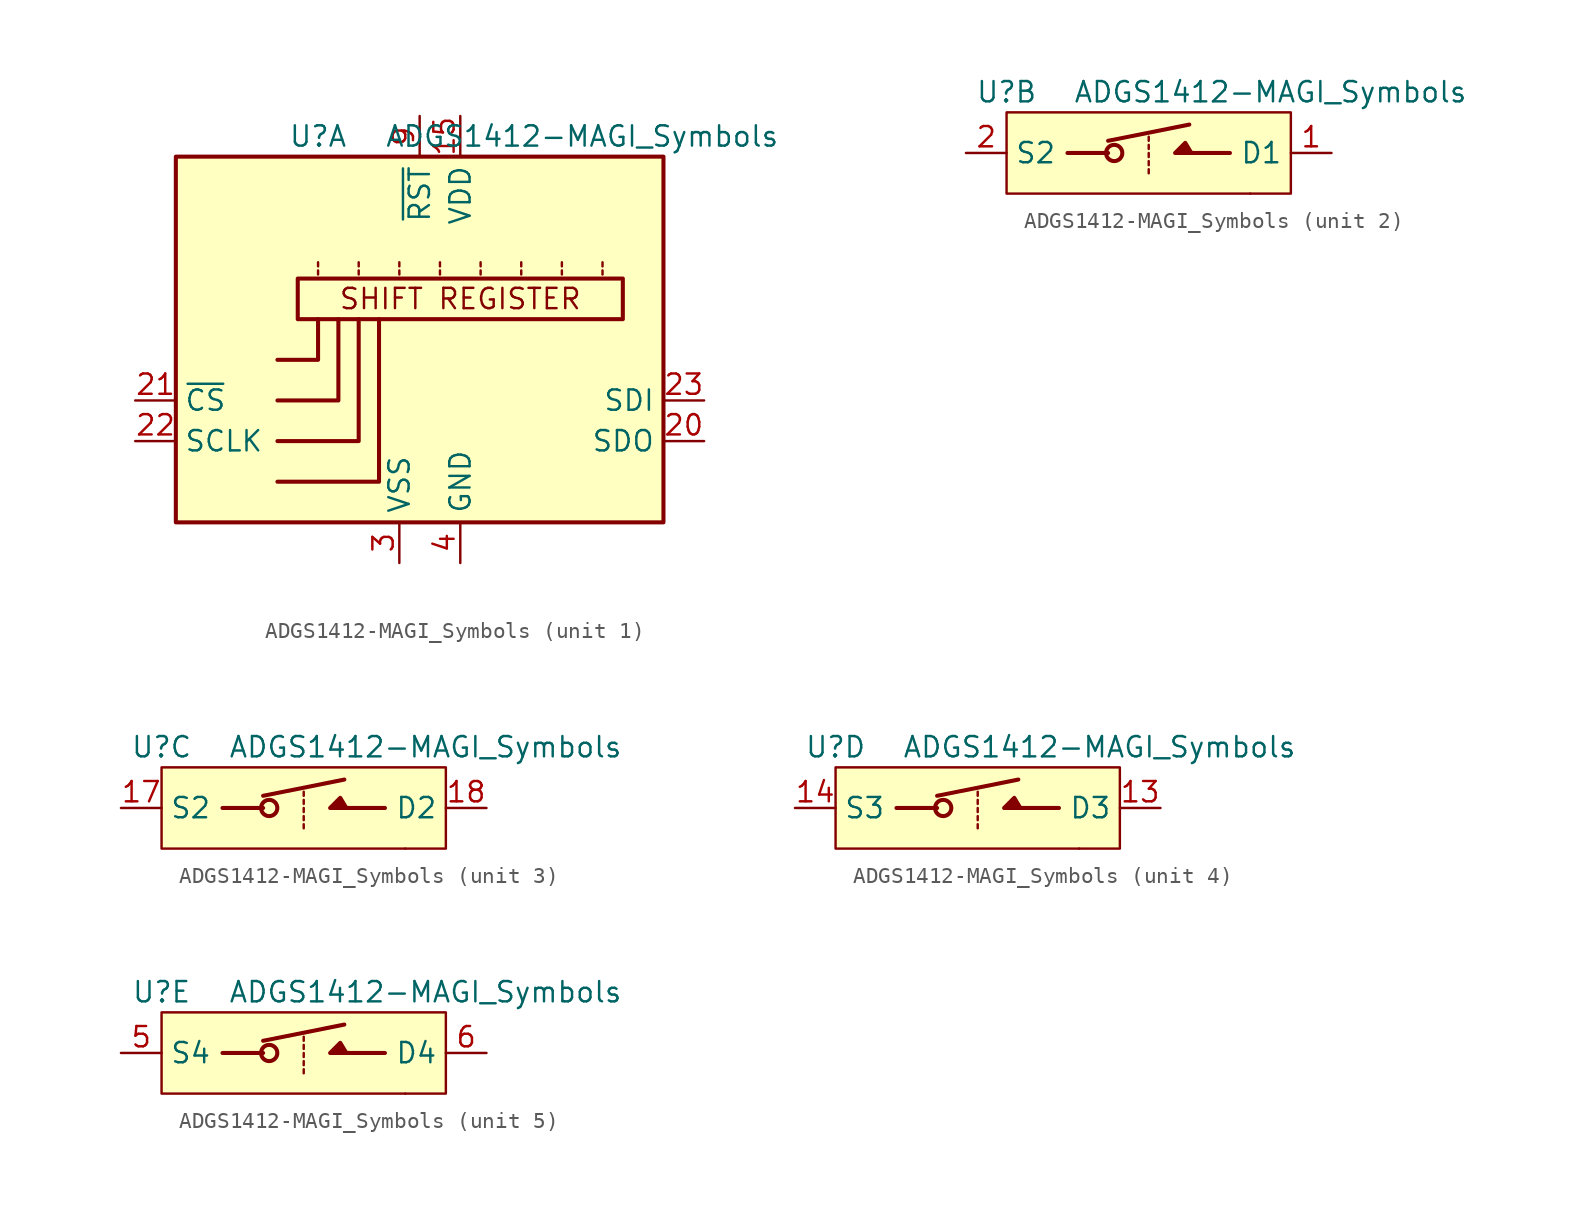
<source format=kicad_sym>
(kicad_symbol_lib
  (version 20211014)
  (generator kicad_symbol_editor)
  (symbol "ADGS1412-MAGI_Symbols"
    (property "Reference" "U"
      (at -8.89 3.81 0)
      (effects (font (size 1.27 1.27))))
    (property "Value" "ADGS1412-MAGI_Symbols"
      (at 7.62 3.81 0)
      (effects (font (size 1.27 1.27))))
    (symbol "ADGS1412-MAGI_Symbols_1_0"
      (polyline (pts (xy -11.43 -17.78) (xy -5.08 -17.78) (xy -5.08 -7.62)) (stroke (width 0.254) (type default) (color 0 0 0 0)) (fill (type none)))
      (polyline (pts (xy -11.43 -15.24) (xy -6.35 -15.24) (xy -6.35 -7.62)) (stroke (width 0.254) (type default) (color 0 0 0 0)) (fill (type none)))
      (polyline (pts (xy -11.43 -10.16) (xy -8.89 -10.16) (xy -8.89 -7.62)) (stroke (width 0.254) (type default) (color 0 0 0 0)) (fill (type none)))
      (polyline (pts (xy -11.43 -12.7) (xy -7.62 -12.7) (xy -7.62 -10.16) (xy -7.62 -7.62)) (stroke (width 0.254) (type default) (color 0 0 0 0)) (fill (type none)))
      (text "SHIFT REGISTER" (at 0 -6.35 0) (effects (font (size 1.27 1.27)))))
    (symbol "ADGS1412-MAGI_Symbols_1_1"
      (rectangle (start -17.78 -20.32) (end 12.7 2.54) (stroke (width 0.254) (type default) (color 0 0 0 0)) (fill (type background)))
      (rectangle (start -10.16 -5.08) (end 10.16 -7.62) (stroke (width 0.254) (type default) (color 0 0 0 0)) (fill (type none)))
      (polyline (pts (xy -8.89 -4.826) (xy -8.89 -4.572)) (stroke (width 0) (type default) (color 0 0 0 0)) (fill (type none)))
      (polyline (pts (xy -8.89 -4.318) (xy -8.89 -4.064)) (stroke (width 0) (type default) (color 0 0 0 0)) (fill (type none)))
      (polyline (pts (xy -6.35 -4.826) (xy -6.35 -4.572)) (stroke (width 0) (type default) (color 0 0 0 0)) (fill (type none)))
      (polyline (pts (xy -6.35 -4.318) (xy -6.35 -4.064)) (stroke (width 0) (type default) (color 0 0 0 0)) (fill (type none)))
      (polyline (pts (xy -3.81 -4.826) (xy -3.81 -4.572)) (stroke (width 0) (type default) (color 0 0 0 0)) (fill (type none)))
      (polyline (pts (xy -3.81 -4.318) (xy -3.81 -4.064)) (stroke (width 0) (type default) (color 0 0 0 0)) (fill (type none)))
      (polyline (pts (xy -1.27 -4.826) (xy -1.27 -4.572)) (stroke (width 0) (type default) (color 0 0 0 0)) (fill (type none)))
      (polyline (pts (xy -1.27 -4.318) (xy -1.27 -4.064)) (stroke (width 0) (type default) (color 0 0 0 0)) (fill (type none)))
      (polyline (pts (xy 1.27 -4.826) (xy 1.27 -4.572)) (stroke (width 0) (type default) (color 0 0 0 0)) (fill (type none)))
      (polyline (pts (xy 1.27 -4.318) (xy 1.27 -4.064)) (stroke (width 0) (type default) (color 0 0 0 0)) (fill (type none)))
      (polyline (pts (xy 3.81 -4.826) (xy 3.81 -4.572)) (stroke (width 0) (type default) (color 0 0 0 0)) (fill (type none)))
      (polyline (pts (xy 3.81 -4.318) (xy 3.81 -4.064)) (stroke (width 0) (type default) (color 0 0 0 0)) (fill (type none)))
      (polyline (pts (xy 6.35 -4.826) (xy 6.35 -4.572)) (stroke (width 0) (type default) (color 0 0 0 0)) (fill (type none)))
      (polyline (pts (xy 6.35 -4.318) (xy 6.35 -4.064)) (stroke (width 0) (type default) (color 0 0 0 0)) (fill (type none)))
      (polyline (pts (xy 8.89 -4.826) (xy 8.89 -4.572)) (stroke (width 0) (type default) (color 0 0 0 0)) (fill (type none)))
      (polyline (pts (xy 8.89 -4.318) (xy 8.89 -4.064)) (stroke (width 0) (type default) (color 0 0 0 0)) (fill (type none)))
      (pin power_in line (at 0 -22.86 90) (length 2.54) hide (name "GND" (effects (font (size 1.27 1.27)))) (number "11" (effects (font (size 1.27 1.27)))))
      (pin power_in line (at 0 5.08 270) (length 2.54) (name "VDD" (effects (font (size 1.27 1.27)))) (number "15" (effects (font (size 1.27 1.27)))))
      (pin output line (at 15.24 -15.24 180) (length 2.54) (name "SDO" (effects (font (size 1.27 1.27)))) (number "20" (effects (font (size 1.27 1.27)))))
      (pin input line (at -20.32 -12.7 0) (length 2.54) (name "~{CS}" (effects (font (size 1.27 1.27)))) (number "21" (effects (font (size 1.27 1.27)))))
      (pin input line (at -20.32 -15.24 0) (length 2.54) (name "SCLK" (effects (font (size 1.27 1.27)))) (number "22" (effects (font (size 1.27 1.27)))))
      (pin input line (at 15.24 -12.7 180) (length 2.54) (name "SDI" (effects (font (size 1.27 1.27)))) (number "23" (effects (font (size 1.27 1.27)))))
      (pin power_in line (at -3.81 -22.86 90) (length 2.54) hide (name "VSS_PAD" (effects (font (size 1.27 1.27)))) (number "25" (effects (font (size 1.27 1.27)))))
      (pin power_in line (at -3.81 -22.86 90) (length 2.54) (name "VSS" (effects (font (size 1.27 1.27)))) (number "3" (effects (font (size 1.27 1.27)))))
      (pin power_in line (at 0 -22.86 90) (length 2.54) (name "GND" (effects (font (size 1.27 1.27)))) (number "4" (effects (font (size 1.27 1.27)))))
      (pin power_in line (at -2.54 5.08 270) (length 2.54) (name "~{RST}" (effects (font (size 1.27 1.27)))) (number "9" (effects (font (size 1.27 1.27))))))
    (symbol "ADGS1412-MAGI_Symbols_2_1"
      (rectangle (start -8.89 2.54) (end 8.89 -2.54) (stroke (width 0) (type default) (color 0 0 0 0)) (fill (type background)))
      (circle (center -2.159 0) (radius 0.508) (stroke (width 0.254) (type default) (color 0 0 0 0)) (fill (type none)))
      (polyline (pts (xy -2.54 0) (xy -5.08 0)) (stroke (width 0.254) (type default) (color 0 0 0 0)) (fill (type none)))
      (polyline (pts (xy -2.54 0.762) (xy 2.54 1.778)) (stroke (width 0.254) (type default) (color 0 0 0 0)) (fill (type none)))
      (polyline (pts (xy 0 -1.27) (xy 0 -1.016)) (stroke (width 0) (type default) (color 0 0 0 0)) (fill (type none)))
      (polyline (pts (xy 0 -0.762) (xy 0 -0.508)) (stroke (width 0) (type default) (color 0 0 0 0)) (fill (type none)))
      (polyline (pts (xy 0 -0.254) (xy 0 0)) (stroke (width 0) (type default) (color 0 0 0 0)) (fill (type none)))
      (polyline (pts (xy 0 0.254) (xy 0 0.508)) (stroke (width 0) (type default) (color 0 0 0 0)) (fill (type none)))
      (polyline (pts (xy 0 0.762) (xy 0 1.016)) (stroke (width 0) (type default) (color 0 0 0 0)) (fill (type none)))
      (polyline (pts (xy 2.54 0) (xy 5.08 0)) (stroke (width 0.254) (type default) (color 0 0 0 0)) (fill (type none)))
      (polyline (pts (xy 2.794 0) (xy 1.651 0) (xy 2.286 0.635) (xy 2.667 0)) (stroke (width 0.254) (type default) (color 0 0 0 0)) (fill (type outline)))
      (rectangle (start 6.35 -2.54) (end 6.35 -2.54) (stroke (width 0) (type default) (color 0 0 0 0)) (fill (type none)))
      (pin passive line (at 11.43 0 180) (length 2.54) (name "D1" (effects (font (size 1.27 1.27)))) (number "1" (effects (font (size 1.27 1.27)))))
      (pin passive line (at -11.43 0 0) (length 2.54) (name "S2" (effects (font (size 1.27 1.27)))) (number "2" (effects (font (size 1.27 1.27))))))
    (symbol "ADGS1412-MAGI_Symbols_3_1"
      (rectangle (start -8.89 2.54) (end 8.89 -2.54) (stroke (width 0) (type default) (color 0 0 0 0)) (fill (type background)))
      (circle (center -2.159 0) (radius 0.508) (stroke (width 0.254) (type default) (color 0 0 0 0)) (fill (type none)))
      (polyline (pts (xy -2.54 0) (xy -5.08 0)) (stroke (width 0.254) (type default) (color 0 0 0 0)) (fill (type none)))
      (polyline (pts (xy -2.54 0.762) (xy 2.54 1.778)) (stroke (width 0.254) (type default) (color 0 0 0 0)) (fill (type none)))
      (polyline (pts (xy 0 -1.27) (xy 0 -1.016)) (stroke (width 0) (type default) (color 0 0 0 0)) (fill (type none)))
      (polyline (pts (xy 0 -0.762) (xy 0 -0.508)) (stroke (width 0) (type default) (color 0 0 0 0)) (fill (type none)))
      (polyline (pts (xy 0 -0.254) (xy 0 0)) (stroke (width 0) (type default) (color 0 0 0 0)) (fill (type none)))
      (polyline (pts (xy 0 0.254) (xy 0 0.508)) (stroke (width 0) (type default) (color 0 0 0 0)) (fill (type none)))
      (polyline (pts (xy 0 0.762) (xy 0 1.016)) (stroke (width 0) (type default) (color 0 0 0 0)) (fill (type none)))
      (polyline (pts (xy 2.54 0) (xy 5.08 0)) (stroke (width 0.254) (type default) (color 0 0 0 0)) (fill (type none)))
      (polyline (pts (xy 2.794 0) (xy 1.651 0) (xy 2.286 0.635) (xy 2.667 0)) (stroke (width 0.254) (type default) (color 0 0 0 0)) (fill (type outline)))
      (rectangle (start 6.35 -2.54) (end 6.35 -2.54) (stroke (width 0) (type default) (color 0 0 0 0)) (fill (type none)))
      (pin passive line (at -11.43 0 0) (length 2.54) (name "S2" (effects (font (size 1.27 1.27)))) (number "17" (effects (font (size 1.27 1.27)))))
      (pin passive line (at 11.43 0 180) (length 2.54) (name "D2" (effects (font (size 1.27 1.27)))) (number "18" (effects (font (size 1.27 1.27))))))
    (symbol "ADGS1412-MAGI_Symbols_4_1"
      (rectangle (start -8.89 2.54) (end 8.89 -2.54) (stroke (width 0) (type default) (color 0 0 0 0)) (fill (type background)))
      (circle (center -2.159 0) (radius 0.508) (stroke (width 0.254) (type default) (color 0 0 0 0)) (fill (type none)))
      (polyline (pts (xy -2.54 0) (xy -5.08 0)) (stroke (width 0.254) (type default) (color 0 0 0 0)) (fill (type none)))
      (polyline (pts (xy -2.54 0.762) (xy 2.54 1.778)) (stroke (width 0.254) (type default) (color 0 0 0 0)) (fill (type none)))
      (polyline (pts (xy 0 -1.27) (xy 0 -1.016)) (stroke (width 0) (type default) (color 0 0 0 0)) (fill (type none)))
      (polyline (pts (xy 0 -0.762) (xy 0 -0.508)) (stroke (width 0) (type default) (color 0 0 0 0)) (fill (type none)))
      (polyline (pts (xy 0 -0.254) (xy 0 0)) (stroke (width 0) (type default) (color 0 0 0 0)) (fill (type none)))
      (polyline (pts (xy 0 0.254) (xy 0 0.508)) (stroke (width 0) (type default) (color 0 0 0 0)) (fill (type none)))
      (polyline (pts (xy 0 0.762) (xy 0 1.016)) (stroke (width 0) (type default) (color 0 0 0 0)) (fill (type none)))
      (polyline (pts (xy 2.54 0) (xy 5.08 0)) (stroke (width 0.254) (type default) (color 0 0 0 0)) (fill (type none)))
      (polyline (pts (xy 2.794 0) (xy 1.651 0) (xy 2.286 0.635) (xy 2.667 0)) (stroke (width 0.254) (type default) (color 0 0 0 0)) (fill (type outline)))
      (rectangle (start 6.35 -2.54) (end 6.35 -2.54) (stroke (width 0) (type default) (color 0 0 0 0)) (fill (type none)))
      (pin passive line (at 11.43 0 180) (length 2.54) (name "D3" (effects (font (size 1.27 1.27)))) (number "13" (effects (font (size 1.27 1.27)))))
      (pin passive line (at -11.43 0 0) (length 2.54) (name "S3" (effects (font (size 1.27 1.27)))) (number "14" (effects (font (size 1.27 1.27))))))
    (symbol "ADGS1412-MAGI_Symbols_5_1"
      (rectangle (start -8.89 2.54) (end 8.89 -2.54) (stroke (width 0) (type default) (color 0 0 0 0)) (fill (type background)))
      (circle (center -2.159 0) (radius 0.508) (stroke (width 0.254) (type default) (color 0 0 0 0)) (fill (type none)))
      (polyline (pts (xy -2.54 0) (xy -5.08 0)) (stroke (width 0.254) (type default) (color 0 0 0 0)) (fill (type none)))
      (polyline (pts (xy -2.54 0.762) (xy 2.54 1.778)) (stroke (width 0.254) (type default) (color 0 0 0 0)) (fill (type none)))
      (polyline (pts (xy 0 -1.27) (xy 0 -1.016)) (stroke (width 0) (type default) (color 0 0 0 0)) (fill (type none)))
      (polyline (pts (xy 0 -0.762) (xy 0 -0.508)) (stroke (width 0) (type default) (color 0 0 0 0)) (fill (type none)))
      (polyline (pts (xy 0 -0.254) (xy 0 0)) (stroke (width 0) (type default) (color 0 0 0 0)) (fill (type none)))
      (polyline (pts (xy 0 0.254) (xy 0 0.508)) (stroke (width 0) (type default) (color 0 0 0 0)) (fill (type none)))
      (polyline (pts (xy 0 0.762) (xy 0 1.016)) (stroke (width 0) (type default) (color 0 0 0 0)) (fill (type none)))
      (polyline (pts (xy 2.54 0) (xy 5.08 0)) (stroke (width 0.254) (type default) (color 0 0 0 0)) (fill (type none)))
      (polyline (pts (xy 2.794 0) (xy 1.651 0) (xy 2.286 0.635) (xy 2.667 0)) (stroke (width 0.254) (type default) (color 0 0 0 0)) (fill (type outline)))
      (rectangle (start 6.35 -2.54) (end 6.35 -2.54) (stroke (width 0) (type default) (color 0 0 0 0)) (fill (type none)))
      (pin passive line (at -11.43 0 0) (length 2.54) (name "S4" (effects (font (size 1.27 1.27)))) (number "5" (effects (font (size 1.27 1.27)))))
      (pin passive line (at 11.43 0 180) (length 2.54) (name "D4" (effects (font (size 1.27 1.27)))) (number "6" (effects (font (size 1.27 1.27))))))))
</source>
